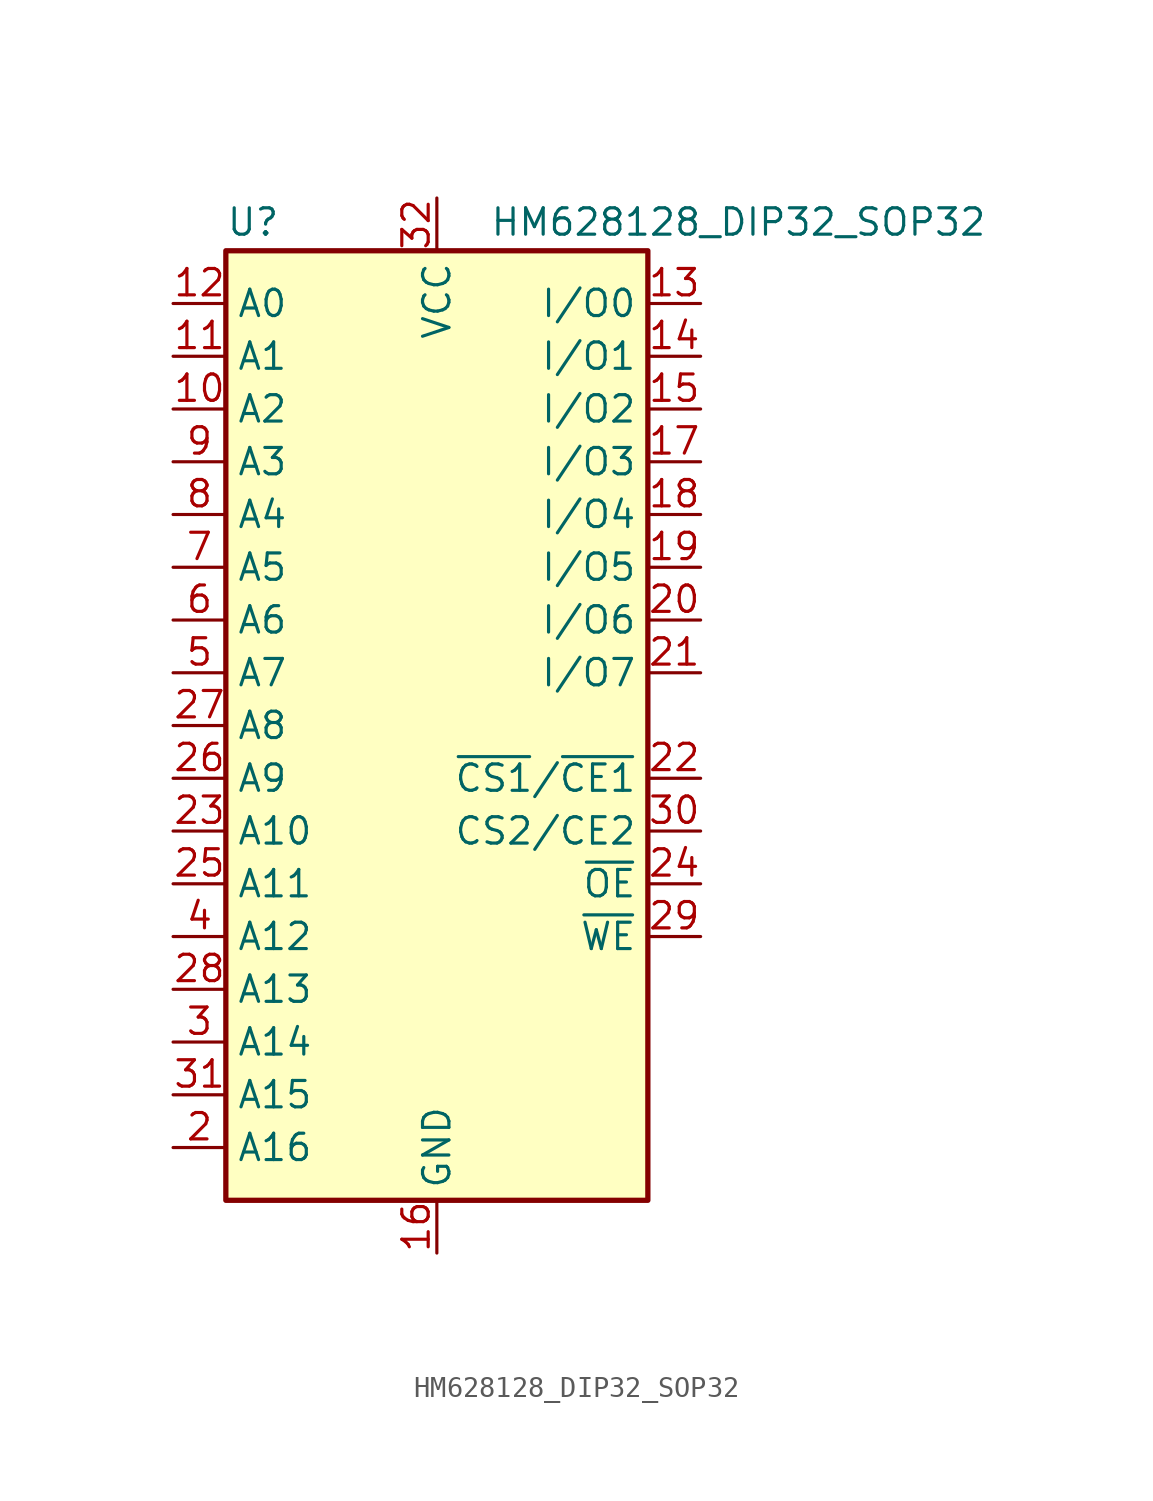
<source format=kicad_sym>
(kicad_symbol_lib
  (version 20241209)
  (generator "kicad_symbol_editor")
  (generator_version "9.0")
  (symbol "HM628128_DIP32_SOP32"
    (property "Reference" "U"
      (at -10.16 23.495 0)
      (effects (font (size 1.27 1.27)) (justify left bottom)))
    (property "Value" "HM628128_DIP32_SOP32"
      (at 2.54 23.495 0)
      (effects (font (size 1.27 1.27)) (justify left bottom)))
    (symbol "HM628128_DIP32_SOP32_0_0"
      (pin power_in line (at 0 25.4 270) (length 2.54) (name "VCC" (effects (font (size 1.27 1.27)))) (number "32" (effects (font (size 1.27 1.27)))))
      (pin power_in line (at 0 -25.4 90) (length 2.54) (name "GND" (effects (font (size 1.27 1.27)))) (number "16" (effects (font (size 1.27 1.27))))))
    (symbol "HM628128_DIP32_SOP32_0_1"
      (rectangle (start -10.16 22.86) (end 10.16 -22.86) (stroke (width 0.254) (type default)) (fill (type background))))
    (symbol "HM628128_DIP32_SOP32_1_1"
      (pin input line (at -12.7 20.32 0) (length 2.54) (name "A0" (effects (font (size 1.27 1.27)))) (number "12" (effects (font (size 1.27 1.27)))))
      (pin input line (at -12.7 17.78 0) (length 2.54) (name "A1" (effects (font (size 1.27 1.27)))) (number "11" (effects (font (size 1.27 1.27)))))
      (pin input line (at -12.7 15.24 0) (length 2.54) (name "A2" (effects (font (size 1.27 1.27)))) (number "10" (effects (font (size 1.27 1.27)))))
      (pin input line (at -12.7 12.7 0) (length 2.54) (name "A3" (effects (font (size 1.27 1.27)))) (number "9" (effects (font (size 1.27 1.27)))))
      (pin input line (at -12.7 10.16 0) (length 2.54) (name "A4" (effects (font (size 1.27 1.27)))) (number "8" (effects (font (size 1.27 1.27)))))
      (pin input line (at -12.7 7.62 0) (length 2.54) (name "A5" (effects (font (size 1.27 1.27)))) (number "7" (effects (font (size 1.27 1.27)))))
      (pin input line (at -12.7 5.08 0) (length 2.54) (name "A6" (effects (font (size 1.27 1.27)))) (number "6" (effects (font (size 1.27 1.27)))))
      (pin input line (at -12.7 2.54 0) (length 2.54) (name "A7" (effects (font (size 1.27 1.27)))) (number "5" (effects (font (size 1.27 1.27)))))
      (pin input line (at -12.7 0 0) (length 2.54) (name "A8" (effects (font (size 1.27 1.27)))) (number "27" (effects (font (size 1.27 1.27)))))
      (pin input line (at -12.7 -2.54 0) (length 2.54) (name "A9" (effects (font (size 1.27 1.27)))) (number "26" (effects (font (size 1.27 1.27)))))
      (pin input line (at -12.7 -5.08 0) (length 2.54) (name "A10" (effects (font (size 1.27 1.27)))) (number "23" (effects (font (size 1.27 1.27)))))
      (pin input line (at -12.7 -7.62 0) (length 2.54) (name "A11" (effects (font (size 1.27 1.27)))) (number "25" (effects (font (size 1.27 1.27)))))
      (pin input line (at -12.7 -10.16 0) (length 2.54) (name "A12" (effects (font (size 1.27 1.27)))) (number "4" (effects (font (size 1.27 1.27)))))
      (pin input line (at -12.7 -12.7 0) (length 2.54) (name "A13" (effects (font (size 1.27 1.27)))) (number "28" (effects (font (size 1.27 1.27)))))
      (pin input line (at -12.7 -15.24 0) (length 2.54) (name "A14" (effects (font (size 1.27 1.27)))) (number "3" (effects (font (size 1.27 1.27)))))
      (pin input line (at -12.7 -17.78 0) (length 2.54) (name "A15" (effects (font (size 1.27 1.27)))) (number "31" (effects (font (size 1.27 1.27)))))
      (pin input line (at -12.7 -20.32 0) (length 2.54) (name "A16" (effects (font (size 1.27 1.27)))) (number "2" (effects (font (size 1.27 1.27)))))
      (pin no_connect line (at 10.16 -20.32 180) (length 2.54) (hide yes) (name "NC" (effects (font (size 1.27 1.27)))) (number "1" (effects (font (size 1.27 1.27)))))
      (pin tri_state line (at 12.7 20.32 180) (length 2.54) (name "I/O0" (effects (font (size 1.27 1.27)))) (number "13" (effects (font (size 1.27 1.27)))))
      (pin tri_state line (at 12.7 17.78 180) (length 2.54) (name "I/O1" (effects (font (size 1.27 1.27)))) (number "14" (effects (font (size 1.27 1.27)))))
      (pin tri_state line (at 12.7 15.24 180) (length 2.54) (name "I/O2" (effects (font (size 1.27 1.27)))) (number "15" (effects (font (size 1.27 1.27)))))
      (pin tri_state line (at 12.7 12.7 180) (length 2.54) (name "I/O3" (effects (font (size 1.27 1.27)))) (number "17" (effects (font (size 1.27 1.27)))))
      (pin tri_state line (at 12.7 10.16 180) (length 2.54) (name "I/O4" (effects (font (size 1.27 1.27)))) (number "18" (effects (font (size 1.27 1.27)))))
      (pin tri_state line (at 12.7 7.62 180) (length 2.54) (name "I/O5" (effects (font (size 1.27 1.27)))) (number "19" (effects (font (size 1.27 1.27)))))
      (pin tri_state line (at 12.7 5.08 180) (length 2.54) (name "I/O6" (effects (font (size 1.27 1.27)))) (number "20" (effects (font (size 1.27 1.27)))))
      (pin tri_state line (at 12.7 2.54 180) (length 2.54) (name "I/O7" (effects (font (size 1.27 1.27)))) (number "21" (effects (font (size 1.27 1.27)))))
      (pin input line (at 12.7 -2.54 180) (length 2.54) (name "~{CS1}/~{CE1}" (effects (font (size 1.27 1.27)))) (number "22" (effects (font (size 1.27 1.27)))))
      (pin input line (at 12.7 -5.08 180) (length 2.54) (name "CS2/CE2" (effects (font (size 1.27 1.27)))) (number "30" (effects (font (size 1.27 1.27)))))
      (pin input line (at 12.7 -7.62 180) (length 2.54) (name "~{OE}" (effects (font (size 1.27 1.27)))) (number "24" (effects (font (size 1.27 1.27)))))
      (pin input line (at 12.7 -10.16 180) (length 2.54) (name "~{WE}" (effects (font (size 1.27 1.27)))) (number "29" (effects (font (size 1.27 1.27))))))))
</source>
